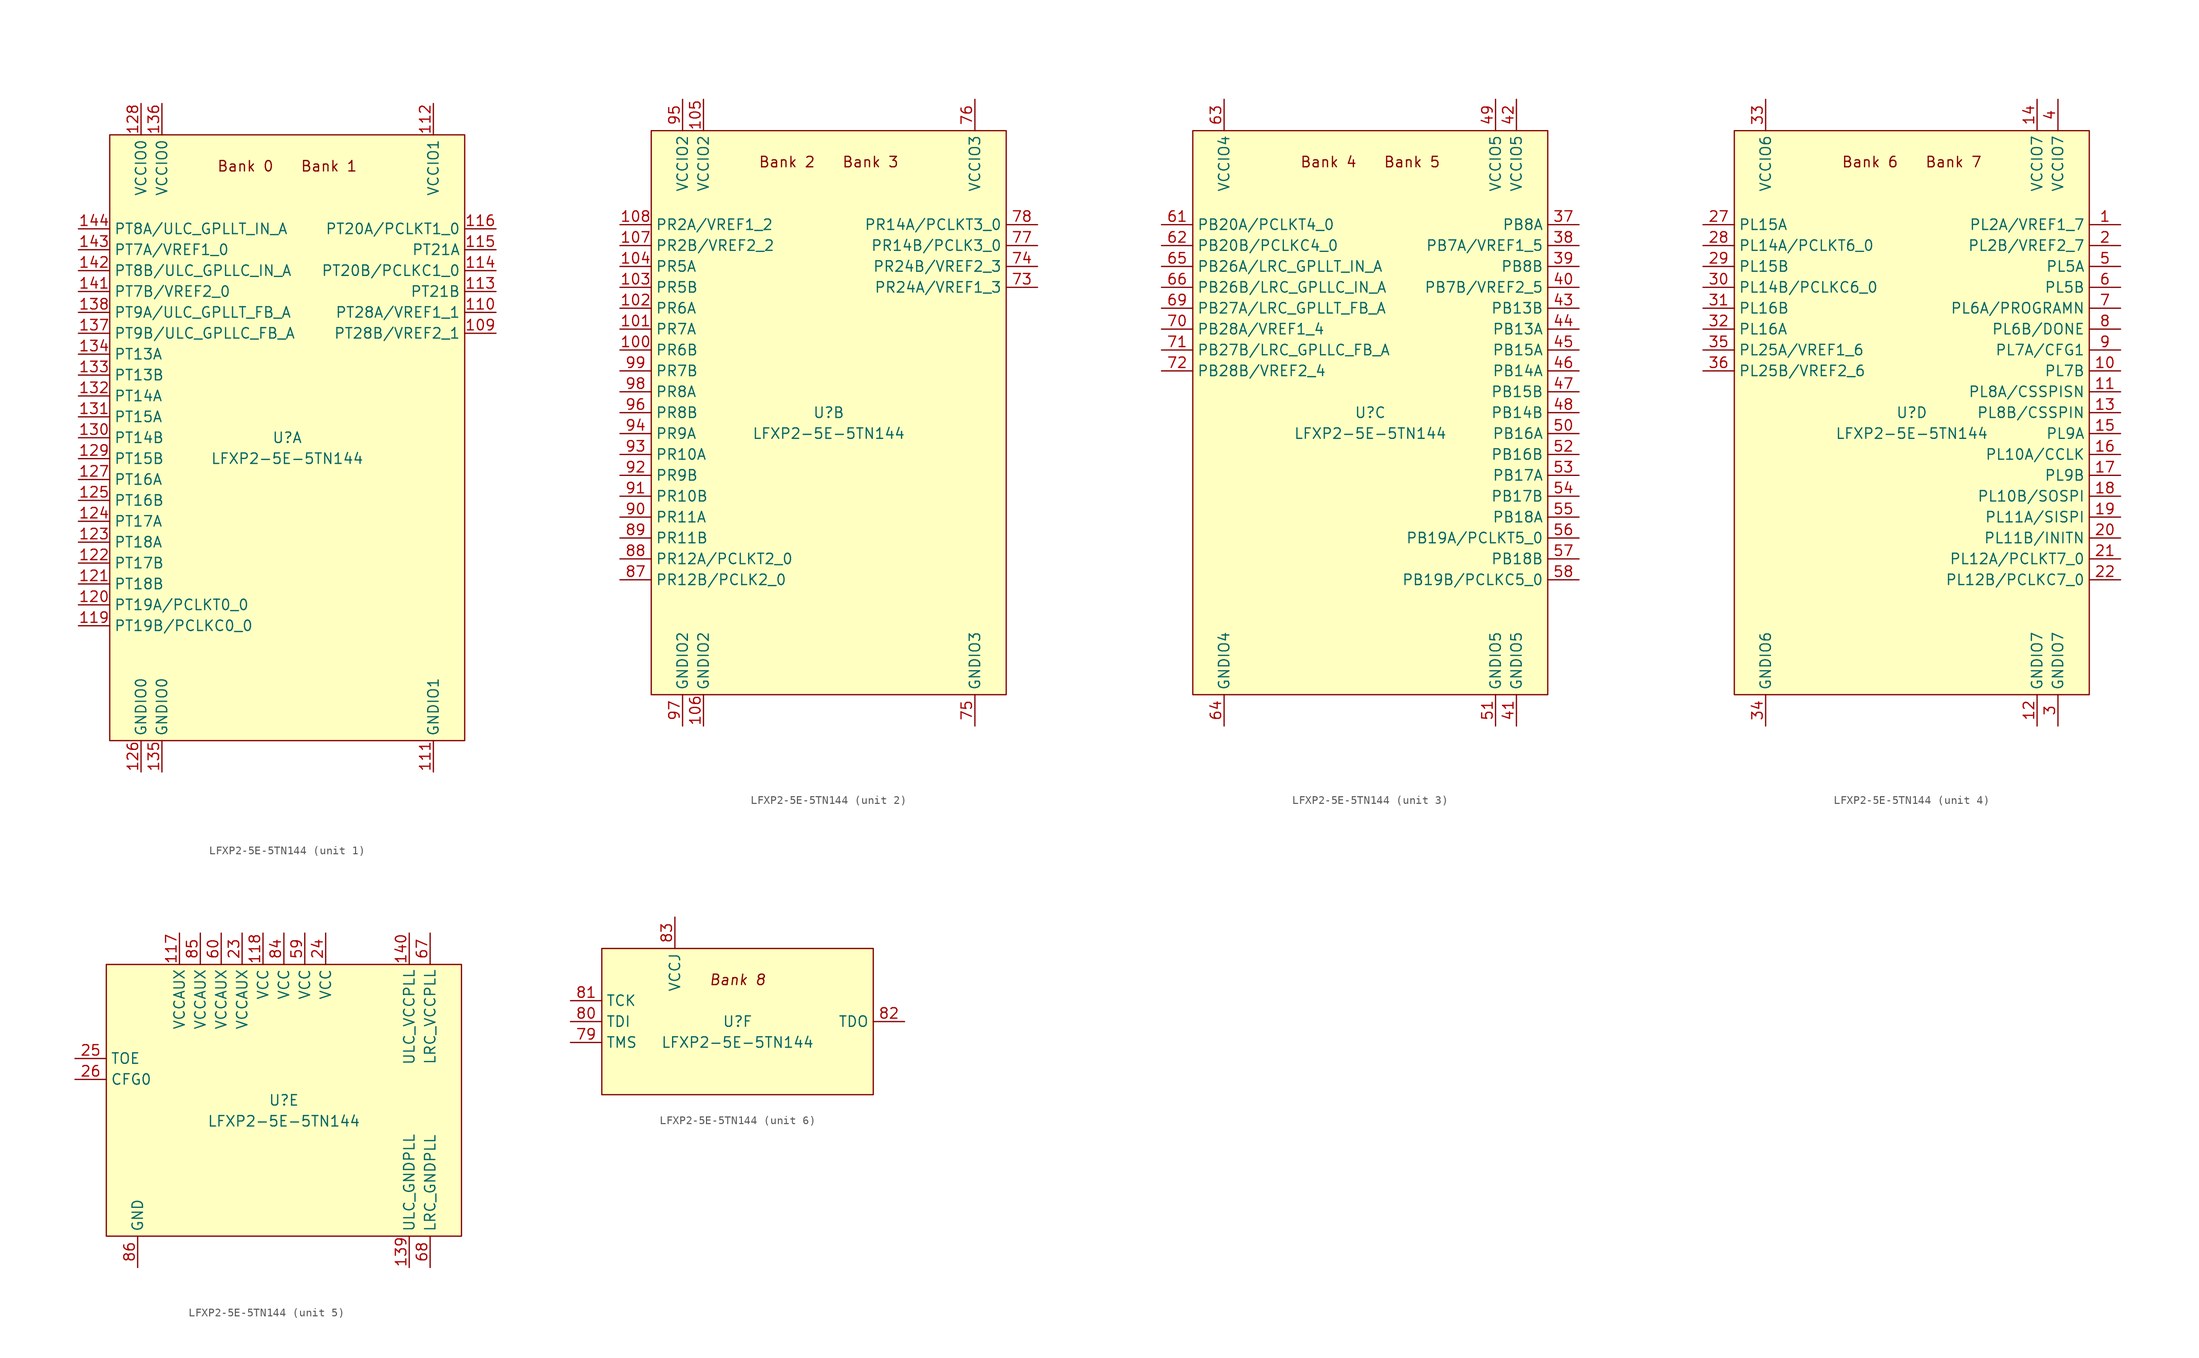
<source format=kicad_sym>
(kicad_symbol_lib
  (version 20200908)
  (generator kicad_symbol_editor)
  (symbol "FPGA_Lattice:LFXP2-5E-5TN144"
    (property "Reference" "U"
      (at 0 0 0)
      (effects (font (size 1.27 1.27))))
    (property "Value" "LFXP2-5E-5TN144"
      (at 0 -2.54 0)
      (effects (font (size 1.27 1.27))))
    (property "ki_locked" ""
      (at 0 0 0)
      (effects (font (size 1.27 1.27))))
    (symbol "LFXP2-5E-5TN144_1_0"
      (text "Bank 0" (at -5.08 33.02 0) (effects (font (size 1.27 1.27))))
      (text "Bank 1" (at 5.08 33.02 0) (effects (font (size 1.27 1.27)))))
    (symbol "LFXP2-5E-5TN144_2_0"
      (text "Bank 2" (at -5.08 30.48 0) (effects (font (size 1.27 1.27))))
      (text "Bank 3" (at 5.08 30.48 0) (effects (font (size 1.27 1.27)))))
    (symbol "LFXP2-5E-5TN144_3_0"
      (text "Bank 4" (at -5.08 30.48 0) (effects (font (size 1.27 1.27))))
      (text "Bank 5" (at 5.08 30.48 0) (effects (font (size 1.27 1.27)))))
    (symbol "LFXP2-5E-5TN144_4_0"
      (text "Bank 6" (at -5.08 30.48 0) (effects (font (size 1.27 1.27))))
      (text "Bank 7" (at 5.08 30.48 0) (effects (font (size 1.27 1.27)))))
    (symbol "LFXP2-5E-5TN144_6_0"
      (text "Bank 8" (at 0 5.08 0) (effects (font (size 1.27 1.27) italic)))
      (rectangle (start -16.51 8.89) (end 16.51 -8.89) (stroke (width 0)) (fill (type background))))
    (symbol "LFXP2-5E-5TN144_1_1"
      (rectangle (start -21.59 36.83) (end 21.59 -36.83) (stroke (width 0)) (fill (type background)))
      (pin bidirectional line (at 25.4 12.7 180) (length 3.81) (name "PT28B/VREF2_1" (effects (font (size 1.27 1.27)))) (number "109" (effects (font (size 1.27 1.27)))))
      (pin bidirectional line (at 25.4 15.24 180) (length 3.81) (name "PT28A/VREF1_1" (effects (font (size 1.27 1.27)))) (number "110" (effects (font (size 1.27 1.27)))))
      (pin power_in line (at 17.78 -40.64 90) (length 3.81) (name "GNDIO1" (effects (font (size 1.27 1.27)))) (number "111" (effects (font (size 1.27 1.27)))))
      (pin power_in line (at 17.78 40.64 270) (length 3.81) (name "VCCIO1" (effects (font (size 1.27 1.27)))) (number "112" (effects (font (size 1.27 1.27)))))
      (pin bidirectional line (at 25.4 17.78 180) (length 3.81) (name "PT21B" (effects (font (size 1.27 1.27)))) (number "113" (effects (font (size 1.27 1.27)))))
      (pin bidirectional line (at 25.4 20.32 180) (length 3.81) (name "PT20B/PCLKC1_0" (effects (font (size 1.27 1.27)))) (number "114" (effects (font (size 1.27 1.27)))))
      (pin bidirectional line (at 25.4 22.86 180) (length 3.81) (name "PT21A" (effects (font (size 1.27 1.27)))) (number "115" (effects (font (size 1.27 1.27)))))
      (pin bidirectional line (at 25.4 25.4 180) (length 3.81) (name "PT20A/PCLKT1_0" (effects (font (size 1.27 1.27)))) (number "116" (effects (font (size 1.27 1.27)))))
      (pin bidirectional line (at -25.4 -22.86 0) (length 3.81) (name "PT19B/PCLKC0_0" (effects (font (size 1.27 1.27)))) (number "119" (effects (font (size 1.27 1.27)))))
      (pin bidirectional line (at -25.4 -20.32 0) (length 3.81) (name "PT19A/PCLKT0_0" (effects (font (size 1.27 1.27)))) (number "120" (effects (font (size 1.27 1.27)))))
      (pin bidirectional line (at -25.4 -17.78 0) (length 3.81) (name "PT18B" (effects (font (size 1.27 1.27)))) (number "121" (effects (font (size 1.27 1.27)))))
      (pin bidirectional line (at -25.4 -15.24 0) (length 3.81) (name "PT17B" (effects (font (size 1.27 1.27)))) (number "122" (effects (font (size 1.27 1.27)))))
      (pin bidirectional line (at -25.4 -12.7 0) (length 3.81) (name "PT18A" (effects (font (size 1.27 1.27)))) (number "123" (effects (font (size 1.27 1.27)))))
      (pin bidirectional line (at -25.4 -10.16 0) (length 3.81) (name "PT17A" (effects (font (size 1.27 1.27)))) (number "124" (effects (font (size 1.27 1.27)))))
      (pin bidirectional line (at -25.4 -7.62 0) (length 3.81) (name "PT16B" (effects (font (size 1.27 1.27)))) (number "125" (effects (font (size 1.27 1.27)))))
      (pin power_in line (at -17.78 -40.64 90) (length 3.81) (name "GNDIO0" (effects (font (size 1.27 1.27)))) (number "126" (effects (font (size 1.27 1.27)))))
      (pin bidirectional line (at -25.4 -5.08 0) (length 3.81) (name "PT16A" (effects (font (size 1.27 1.27)))) (number "127" (effects (font (size 1.27 1.27)))))
      (pin power_in line (at -17.78 40.64 270) (length 3.81) (name "VCCIO0" (effects (font (size 1.27 1.27)))) (number "128" (effects (font (size 1.27 1.27)))))
      (pin bidirectional line (at -25.4 -2.54 0) (length 3.81) (name "PT15B" (effects (font (size 1.27 1.27)))) (number "129" (effects (font (size 1.27 1.27)))))
      (pin bidirectional line (at -25.4 0 0) (length 3.81) (name "PT14B" (effects (font (size 1.27 1.27)))) (number "130" (effects (font (size 1.27 1.27)))))
      (pin bidirectional line (at -25.4 2.54 0) (length 3.81) (name "PT15A" (effects (font (size 1.27 1.27)))) (number "131" (effects (font (size 1.27 1.27)))))
      (pin bidirectional line (at -25.4 5.08 0) (length 3.81) (name "PT14A" (effects (font (size 1.27 1.27)))) (number "132" (effects (font (size 1.27 1.27)))))
      (pin bidirectional line (at -25.4 7.62 0) (length 3.81) (name "PT13B" (effects (font (size 1.27 1.27)))) (number "133" (effects (font (size 1.27 1.27)))))
      (pin bidirectional line (at -25.4 10.16 0) (length 3.81) (name "PT13A" (effects (font (size 1.27 1.27)))) (number "134" (effects (font (size 1.27 1.27)))))
      (pin power_in line (at -15.24 -40.64 90) (length 3.81) (name "GNDIO0" (effects (font (size 1.27 1.27)))) (number "135" (effects (font (size 1.27 1.27)))))
      (pin power_in line (at -15.24 40.64 270) (length 3.81) (name "VCCIO0" (effects (font (size 1.27 1.27)))) (number "136" (effects (font (size 1.27 1.27)))))
      (pin bidirectional line (at -25.4 12.7 0) (length 3.81) (name "PT9B/ULC_GPLLC_FB_A" (effects (font (size 1.27 1.27)))) (number "137" (effects (font (size 1.27 1.27)))))
      (pin bidirectional line (at -25.4 15.24 0) (length 3.81) (name "PT9A/ULC_GPLLT_FB_A" (effects (font (size 1.27 1.27)))) (number "138" (effects (font (size 1.27 1.27)))))
      (pin bidirectional line (at -25.4 17.78 0) (length 3.81) (name "PT7B/VREF2_0" (effects (font (size 1.27 1.27)))) (number "141" (effects (font (size 1.27 1.27)))))
      (pin bidirectional line (at -25.4 20.32 0) (length 3.81) (name "PT8B/ULC_GPLLC_IN_A" (effects (font (size 1.27 1.27)))) (number "142" (effects (font (size 1.27 1.27)))))
      (pin bidirectional line (at -25.4 22.86 0) (length 3.81) (name "PT7A/VREF1_0" (effects (font (size 1.27 1.27)))) (number "143" (effects (font (size 1.27 1.27)))))
      (pin bidirectional line (at -25.4 25.4 0) (length 3.81) (name "PT8A/ULC_GPLLT_IN_A" (effects (font (size 1.27 1.27)))) (number "144" (effects (font (size 1.27 1.27))))))
    (symbol "LFXP2-5E-5TN144_2_1"
      (rectangle (start -21.59 34.29) (end 21.59 -34.29) (stroke (width 0)) (fill (type background)))
      (pin bidirectional line (at -25.4 7.62 0) (length 3.81) (name "PR6B" (effects (font (size 1.27 1.27)))) (number "100" (effects (font (size 1.27 1.27)))))
      (pin bidirectional line (at -25.4 10.16 0) (length 3.81) (name "PR7A" (effects (font (size 1.27 1.27)))) (number "101" (effects (font (size 1.27 1.27)))))
      (pin bidirectional line (at -25.4 12.7 0) (length 3.81) (name "PR6A" (effects (font (size 1.27 1.27)))) (number "102" (effects (font (size 1.27 1.27)))))
      (pin bidirectional line (at -25.4 15.24 0) (length 3.81) (name "PR5B" (effects (font (size 1.27 1.27)))) (number "103" (effects (font (size 1.27 1.27)))))
      (pin bidirectional line (at -25.4 17.78 0) (length 3.81) (name "PR5A" (effects (font (size 1.27 1.27)))) (number "104" (effects (font (size 1.27 1.27)))))
      (pin power_in line (at -15.24 38.1 270) (length 3.81) (name "VCCIO2" (effects (font (size 1.27 1.27)))) (number "105" (effects (font (size 1.27 1.27)))))
      (pin power_in line (at -15.24 -38.1 90) (length 3.81) (name "GNDIO2" (effects (font (size 1.27 1.27)))) (number "106" (effects (font (size 1.27 1.27)))))
      (pin bidirectional line (at -25.4 20.32 0) (length 3.81) (name "PR2B/VREF2_2" (effects (font (size 1.27 1.27)))) (number "107" (effects (font (size 1.27 1.27)))))
      (pin bidirectional line (at -25.4 22.86 0) (length 3.81) (name "PR2A/VREF1_2" (effects (font (size 1.27 1.27)))) (number "108" (effects (font (size 1.27 1.27)))))
      (pin bidirectional line (at 25.4 15.24 180) (length 3.81) (name "PR24A/VREF1_3" (effects (font (size 1.27 1.27)))) (number "73" (effects (font (size 1.27 1.27)))))
      (pin bidirectional line (at 25.4 17.78 180) (length 3.81) (name "PR24B/VREF2_3" (effects (font (size 1.27 1.27)))) (number "74" (effects (font (size 1.27 1.27)))))
      (pin power_in line (at 17.78 -38.1 90) (length 3.81) (name "GNDIO3" (effects (font (size 1.27 1.27)))) (number "75" (effects (font (size 1.27 1.27)))))
      (pin power_in line (at 17.78 38.1 270) (length 3.81) (name "VCCIO3" (effects (font (size 1.27 1.27)))) (number "76" (effects (font (size 1.27 1.27)))))
      (pin bidirectional line (at 25.4 20.32 180) (length 3.81) (name "PR14B/PCLK3_0" (effects (font (size 1.27 1.27)))) (number "77" (effects (font (size 1.27 1.27)))))
      (pin bidirectional line (at 25.4 22.86 180) (length 3.81) (name "PR14A/PCLKT3_0" (effects (font (size 1.27 1.27)))) (number "78" (effects (font (size 1.27 1.27)))))
      (pin bidirectional line (at -25.4 -20.32 0) (length 3.81) (name "PR12B/PCLK2_0" (effects (font (size 1.27 1.27)))) (number "87" (effects (font (size 1.27 1.27)))))
      (pin bidirectional line (at -25.4 -17.78 0) (length 3.81) (name "PR12A/PCLKT2_0" (effects (font (size 1.27 1.27)))) (number "88" (effects (font (size 1.27 1.27)))))
      (pin bidirectional line (at -25.4 -15.24 0) (length 3.81) (name "PR11B" (effects (font (size 1.27 1.27)))) (number "89" (effects (font (size 1.27 1.27)))))
      (pin bidirectional line (at -25.4 -12.7 0) (length 3.81) (name "PR11A" (effects (font (size 1.27 1.27)))) (number "90" (effects (font (size 1.27 1.27)))))
      (pin bidirectional line (at -25.4 -10.16 0) (length 3.81) (name "PR10B" (effects (font (size 1.27 1.27)))) (number "91" (effects (font (size 1.27 1.27)))))
      (pin bidirectional line (at -25.4 -7.62 0) (length 3.81) (name "PR9B" (effects (font (size 1.27 1.27)))) (number "92" (effects (font (size 1.27 1.27)))))
      (pin bidirectional line (at -25.4 -5.08 0) (length 3.81) (name "PR10A" (effects (font (size 1.27 1.27)))) (number "93" (effects (font (size 1.27 1.27)))))
      (pin bidirectional line (at -25.4 -2.54 0) (length 3.81) (name "PR9A" (effects (font (size 1.27 1.27)))) (number "94" (effects (font (size 1.27 1.27)))))
      (pin power_in line (at -17.78 38.1 270) (length 3.81) (name "VCCIO2" (effects (font (size 1.27 1.27)))) (number "95" (effects (font (size 1.27 1.27)))))
      (pin bidirectional line (at -25.4 0 0) (length 3.81) (name "PR8B" (effects (font (size 1.27 1.27)))) (number "96" (effects (font (size 1.27 1.27)))))
      (pin power_in line (at -17.78 -38.1 90) (length 3.81) (name "GNDIO2" (effects (font (size 1.27 1.27)))) (number "97" (effects (font (size 1.27 1.27)))))
      (pin bidirectional line (at -25.4 2.54 0) (length 3.81) (name "PR8A" (effects (font (size 1.27 1.27)))) (number "98" (effects (font (size 1.27 1.27)))))
      (pin bidirectional line (at -25.4 5.08 0) (length 3.81) (name "PR7B" (effects (font (size 1.27 1.27)))) (number "99" (effects (font (size 1.27 1.27))))))
    (symbol "LFXP2-5E-5TN144_3_1"
      (rectangle (start -21.59 34.29) (end 21.59 -34.29) (stroke (width 0)) (fill (type background)))
      (pin bidirectional line (at 25.4 22.86 180) (length 3.81) (name "PB8A" (effects (font (size 1.27 1.27)))) (number "37" (effects (font (size 1.27 1.27)))))
      (pin bidirectional line (at 25.4 20.32 180) (length 3.81) (name "PB7A/VREF1_5" (effects (font (size 1.27 1.27)))) (number "38" (effects (font (size 1.27 1.27)))))
      (pin bidirectional line (at 25.4 17.78 180) (length 3.81) (name "PB8B" (effects (font (size 1.27 1.27)))) (number "39" (effects (font (size 1.27 1.27)))))
      (pin bidirectional line (at 25.4 15.24 180) (length 3.81) (name "PB7B/VREF2_5" (effects (font (size 1.27 1.27)))) (number "40" (effects (font (size 1.27 1.27)))))
      (pin power_in line (at 17.78 -38.1 90) (length 3.81) (name "GNDIO5" (effects (font (size 1.27 1.27)))) (number "41" (effects (font (size 1.27 1.27)))))
      (pin power_in line (at 17.78 38.1 270) (length 3.81) (name "VCCIO5" (effects (font (size 1.27 1.27)))) (number "42" (effects (font (size 1.27 1.27)))))
      (pin bidirectional line (at 25.4 12.7 180) (length 3.81) (name "PB13B" (effects (font (size 1.27 1.27)))) (number "43" (effects (font (size 1.27 1.27)))))
      (pin bidirectional line (at 25.4 10.16 180) (length 3.81) (name "PB13A" (effects (font (size 1.27 1.27)))) (number "44" (effects (font (size 1.27 1.27)))))
      (pin bidirectional line (at 25.4 7.62 180) (length 3.81) (name "PB15A" (effects (font (size 1.27 1.27)))) (number "45" (effects (font (size 1.27 1.27)))))
      (pin bidirectional line (at 25.4 5.08 180) (length 3.81) (name "PB14A" (effects (font (size 1.27 1.27)))) (number "46" (effects (font (size 1.27 1.27)))))
      (pin bidirectional line (at 25.4 2.54 180) (length 3.81) (name "PB15B" (effects (font (size 1.27 1.27)))) (number "47" (effects (font (size 1.27 1.27)))))
      (pin bidirectional line (at 25.4 0 180) (length 3.81) (name "PB14B" (effects (font (size 1.27 1.27)))) (number "48" (effects (font (size 1.27 1.27)))))
      (pin power_in line (at 15.24 38.1 270) (length 3.81) (name "VCCIO5" (effects (font (size 1.27 1.27)))) (number "49" (effects (font (size 1.27 1.27)))))
      (pin bidirectional line (at 25.4 -2.54 180) (length 3.81) (name "PB16A" (effects (font (size 1.27 1.27)))) (number "50" (effects (font (size 1.27 1.27)))))
      (pin power_in line (at 15.24 -38.1 90) (length 3.81) (name "GNDIO5" (effects (font (size 1.27 1.27)))) (number "51" (effects (font (size 1.27 1.27)))))
      (pin bidirectional line (at 25.4 -5.08 180) (length 3.81) (name "PB16B" (effects (font (size 1.27 1.27)))) (number "52" (effects (font (size 1.27 1.27)))))
      (pin bidirectional line (at 25.4 -7.62 180) (length 3.81) (name "PB17A" (effects (font (size 1.27 1.27)))) (number "53" (effects (font (size 1.27 1.27)))))
      (pin bidirectional line (at 25.4 -10.16 180) (length 3.81) (name "PB17B" (effects (font (size 1.27 1.27)))) (number "54" (effects (font (size 1.27 1.27)))))
      (pin bidirectional line (at 25.4 -12.7 180) (length 3.81) (name "PB18A" (effects (font (size 1.27 1.27)))) (number "55" (effects (font (size 1.27 1.27)))))
      (pin bidirectional line (at 25.4 -15.24 180) (length 3.81) (name "PB19A/PCLKT5_0" (effects (font (size 1.27 1.27)))) (number "56" (effects (font (size 1.27 1.27)))))
      (pin bidirectional line (at 25.4 -17.78 180) (length 3.81) (name "PB18B" (effects (font (size 1.27 1.27)))) (number "57" (effects (font (size 1.27 1.27)))))
      (pin bidirectional line (at 25.4 -20.32 180) (length 3.81) (name "PB19B/PCLKC5_0" (effects (font (size 1.27 1.27)))) (number "58" (effects (font (size 1.27 1.27)))))
      (pin bidirectional line (at -25.4 22.86 0) (length 3.81) (name "PB20A/PCLKT4_0" (effects (font (size 1.27 1.27)))) (number "61" (effects (font (size 1.27 1.27)))))
      (pin bidirectional line (at -25.4 20.32 0) (length 3.81) (name "PB20B/PCLKC4_0" (effects (font (size 1.27 1.27)))) (number "62" (effects (font (size 1.27 1.27)))))
      (pin power_in line (at -17.78 38.1 270) (length 3.81) (name "VCCIO4" (effects (font (size 1.27 1.27)))) (number "63" (effects (font (size 1.27 1.27)))))
      (pin power_in line (at -17.78 -38.1 90) (length 3.81) (name "GNDIO4" (effects (font (size 1.27 1.27)))) (number "64" (effects (font (size 1.27 1.27)))))
      (pin bidirectional line (at -25.4 17.78 0) (length 3.81) (name "PB26A/LRC_GPLLT_IN_A" (effects (font (size 1.27 1.27)))) (number "65" (effects (font (size 1.27 1.27)))))
      (pin bidirectional line (at -25.4 15.24 0) (length 3.81) (name "PB26B/LRC_GPLLC_IN_A" (effects (font (size 1.27 1.27)))) (number "66" (effects (font (size 1.27 1.27)))))
      (pin bidirectional line (at -25.4 12.7 0) (length 3.81) (name "PB27A/LRC_GPLLT_FB_A" (effects (font (size 1.27 1.27)))) (number "69" (effects (font (size 1.27 1.27)))))
      (pin bidirectional line (at -25.4 10.16 0) (length 3.81) (name "PB28A/VREF1_4" (effects (font (size 1.27 1.27)))) (number "70" (effects (font (size 1.27 1.27)))))
      (pin bidirectional line (at -25.4 7.62 0) (length 3.81) (name "PB27B/LRC_GPLLC_FB_A" (effects (font (size 1.27 1.27)))) (number "71" (effects (font (size 1.27 1.27)))))
      (pin bidirectional line (at -25.4 5.08 0) (length 3.81) (name "PB28B/VREF2_4" (effects (font (size 1.27 1.27)))) (number "72" (effects (font (size 1.27 1.27))))))
    (symbol "LFXP2-5E-5TN144_4_1"
      (rectangle (start -21.59 34.29) (end 21.59 -34.29) (stroke (width 0)) (fill (type background)))
      (pin bidirectional line (at 25.4 22.86 180) (length 3.81) (name "PL2A/VREF1_7" (effects (font (size 1.27 1.27)))) (number "1" (effects (font (size 1.27 1.27)))))
      (pin bidirectional line (at 25.4 5.08 180) (length 3.81) (name "PL7B" (effects (font (size 1.27 1.27)))) (number "10" (effects (font (size 1.27 1.27)))))
      (pin bidirectional line (at 25.4 2.54 180) (length 3.81) (name "PL8A/CSSPISN" (effects (font (size 1.27 1.27)))) (number "11" (effects (font (size 1.27 1.27)))))
      (pin power_in line (at 15.24 -38.1 90) (length 3.81) (name "GNDIO7" (effects (font (size 1.27 1.27)))) (number "12" (effects (font (size 1.27 1.27)))))
      (pin bidirectional line (at 25.4 0 180) (length 3.81) (name "PL8B/CSSPIN" (effects (font (size 1.27 1.27)))) (number "13" (effects (font (size 1.27 1.27)))))
      (pin power_in line (at 15.24 38.1 270) (length 3.81) (name "VCCIO7" (effects (font (size 1.27 1.27)))) (number "14" (effects (font (size 1.27 1.27)))))
      (pin bidirectional line (at 25.4 -2.54 180) (length 3.81) (name "PL9A" (effects (font (size 1.27 1.27)))) (number "15" (effects (font (size 1.27 1.27)))))
      (pin bidirectional line (at 25.4 -5.08 180) (length 3.81) (name "PL10A/CCLK" (effects (font (size 1.27 1.27)))) (number "16" (effects (font (size 1.27 1.27)))))
      (pin bidirectional line (at 25.4 -7.62 180) (length 3.81) (name "PL9B" (effects (font (size 1.27 1.27)))) (number "17" (effects (font (size 1.27 1.27)))))
      (pin bidirectional line (at 25.4 -10.16 180) (length 3.81) (name "PL10B/SOSPI" (effects (font (size 1.27 1.27)))) (number "18" (effects (font (size 1.27 1.27)))))
      (pin bidirectional line (at 25.4 -12.7 180) (length 3.81) (name "PL11A/SISPI" (effects (font (size 1.27 1.27)))) (number "19" (effects (font (size 1.27 1.27)))))
      (pin bidirectional line (at 25.4 20.32 180) (length 3.81) (name "PL2B/VREF2_7" (effects (font (size 1.27 1.27)))) (number "2" (effects (font (size 1.27 1.27)))))
      (pin bidirectional line (at 25.4 -15.24 180) (length 3.81) (name "PL11B/INITN" (effects (font (size 1.27 1.27)))) (number "20" (effects (font (size 1.27 1.27)))))
      (pin bidirectional line (at 25.4 -17.78 180) (length 3.81) (name "PL12A/PCLKT7_0" (effects (font (size 1.27 1.27)))) (number "21" (effects (font (size 1.27 1.27)))))
      (pin bidirectional line (at 25.4 -20.32 180) (length 3.81) (name "PL12B/PCLKC7_0" (effects (font (size 1.27 1.27)))) (number "22" (effects (font (size 1.27 1.27)))))
      (pin bidirectional line (at -25.4 22.86 0) (length 3.81) (name "PL15A" (effects (font (size 1.27 1.27)))) (number "27" (effects (font (size 1.27 1.27)))))
      (pin bidirectional line (at -25.4 20.32 0) (length 3.81) (name "PL14A/PCLKT6_0" (effects (font (size 1.27 1.27)))) (number "28" (effects (font (size 1.27 1.27)))))
      (pin bidirectional line (at -25.4 17.78 0) (length 3.81) (name "PL15B" (effects (font (size 1.27 1.27)))) (number "29" (effects (font (size 1.27 1.27)))))
      (pin power_in line (at 17.78 -38.1 90) (length 3.81) (name "GNDIO7" (effects (font (size 1.27 1.27)))) (number "3" (effects (font (size 1.27 1.27)))))
      (pin bidirectional line (at -25.4 15.24 0) (length 3.81) (name "PL14B/PCLKC6_0" (effects (font (size 1.27 1.27)))) (number "30" (effects (font (size 1.27 1.27)))))
      (pin bidirectional line (at -25.4 12.7 0) (length 3.81) (name "PL16B" (effects (font (size 1.27 1.27)))) (number "31" (effects (font (size 1.27 1.27)))))
      (pin bidirectional line (at -25.4 10.16 0) (length 3.81) (name "PL16A" (effects (font (size 1.27 1.27)))) (number "32" (effects (font (size 1.27 1.27)))))
      (pin power_in line (at -17.78 38.1 270) (length 3.81) (name "VCCIO6" (effects (font (size 1.27 1.27)))) (number "33" (effects (font (size 1.27 1.27)))))
      (pin power_in line (at -17.78 -38.1 90) (length 3.81) (name "GNDIO6" (effects (font (size 1.27 1.27)))) (number "34" (effects (font (size 1.27 1.27)))))
      (pin bidirectional line (at -25.4 7.62 0) (length 3.81) (name "PL25A/VREF1_6" (effects (font (size 1.27 1.27)))) (number "35" (effects (font (size 1.27 1.27)))))
      (pin bidirectional line (at -25.4 5.08 0) (length 3.81) (name "PL25B/VREF2_6" (effects (font (size 1.27 1.27)))) (number "36" (effects (font (size 1.27 1.27)))))
      (pin power_in line (at 17.78 38.1 270) (length 3.81) (name "VCCIO7" (effects (font (size 1.27 1.27)))) (number "4" (effects (font (size 1.27 1.27)))))
      (pin bidirectional line (at 25.4 17.78 180) (length 3.81) (name "PL5A" (effects (font (size 1.27 1.27)))) (number "5" (effects (font (size 1.27 1.27)))))
      (pin bidirectional line (at 25.4 15.24 180) (length 3.81) (name "PL5B" (effects (font (size 1.27 1.27)))) (number "6" (effects (font (size 1.27 1.27)))))
      (pin bidirectional line (at 25.4 12.7 180) (length 3.81) (name "PL6A/PROGRAMN" (effects (font (size 1.27 1.27)))) (number "7" (effects (font (size 1.27 1.27)))))
      (pin bidirectional line (at 25.4 10.16 180) (length 3.81) (name "PL6B/DONE" (effects (font (size 1.27 1.27)))) (number "8" (effects (font (size 1.27 1.27)))))
      (pin bidirectional line (at 25.4 7.62 180) (length 3.81) (name "PL7A/CFG1" (effects (font (size 1.27 1.27)))) (number "9" (effects (font (size 1.27 1.27))))))
    (symbol "LFXP2-5E-5TN144_5_1"
      (rectangle (start -21.59 16.51) (end 21.59 -16.51) (stroke (width 0)) (fill (type background)))
      (pin power_in line (at -12.7 20.32 270) (length 3.81) (name "VCCAUX" (effects (font (size 1.27 1.27)))) (number "117" (effects (font (size 1.27 1.27)))))
      (pin power_in line (at -2.54 20.32 270) (length 3.81) (name "VCC" (effects (font (size 1.27 1.27)))) (number "118" (effects (font (size 1.27 1.27)))))
      (pin power_in line (at 15.24 -20.32 90) (length 3.81) (name "ULC_GNDPLL" (effects (font (size 1.27 1.27)))) (number "139" (effects (font (size 1.27 1.27)))))
      (pin power_in line (at 15.24 20.32 270) (length 3.81) (name "ULC_VCCPLL" (effects (font (size 1.27 1.27)))) (number "140" (effects (font (size 1.27 1.27)))))
      (pin power_in line (at -5.08 20.32 270) (length 3.81) (name "VCCAUX" (effects (font (size 1.27 1.27)))) (number "23" (effects (font (size 1.27 1.27)))))
      (pin power_in line (at 5.08 20.32 270) (length 3.81) (name "VCC" (effects (font (size 1.27 1.27)))) (number "24" (effects (font (size 1.27 1.27)))))
      (pin input line (at -25.4 5.08 0) (length 3.81) (name "TOE" (effects (font (size 1.27 1.27)))) (number "25" (effects (font (size 1.27 1.27)))))
      (pin input line (at -25.4 2.54 0) (length 3.81) (name "CFG0" (effects (font (size 1.27 1.27)))) (number "26" (effects (font (size 1.27 1.27)))))
      (pin power_in line (at 2.54 20.32 270) (length 3.81) (name "VCC" (effects (font (size 1.27 1.27)))) (number "59" (effects (font (size 1.27 1.27)))))
      (pin power_in line (at -7.62 20.32 270) (length 3.81) (name "VCCAUX" (effects (font (size 1.27 1.27)))) (number "60" (effects (font (size 1.27 1.27)))))
      (pin power_in line (at 17.78 20.32 270) (length 3.81) (name "LRC_VCCPLL" (effects (font (size 1.27 1.27)))) (number "67" (effects (font (size 1.27 1.27)))))
      (pin power_in line (at 17.78 -20.32 90) (length 3.81) (name "LRC_GNDPLL" (effects (font (size 1.27 1.27)))) (number "68" (effects (font (size 1.27 1.27)))))
      (pin power_in line (at 0 20.32 270) (length 3.81) (name "VCC" (effects (font (size 1.27 1.27)))) (number "84" (effects (font (size 1.27 1.27)))))
      (pin power_in line (at -10.16 20.32 270) (length 3.81) (name "VCCAUX" (effects (font (size 1.27 1.27)))) (number "85" (effects (font (size 1.27 1.27)))))
      (pin power_in line (at -17.78 -20.32 90) (length 3.81) (name "GND" (effects (font (size 1.27 1.27)))) (number "86" (effects (font (size 1.27 1.27))))))
    (symbol "LFXP2-5E-5TN144_6_1"
      (pin input line (at -20.32 -2.54 0) (length 3.81) (name "TMS" (effects (font (size 1.27 1.27)))) (number "79" (effects (font (size 1.27 1.27)))))
      (pin input line (at -20.32 0 0) (length 3.81) (name "TDI" (effects (font (size 1.27 1.27)))) (number "80" (effects (font (size 1.27 1.27)))))
      (pin input line (at -20.32 2.54 0) (length 3.81) (name "TCK" (effects (font (size 1.27 1.27)))) (number "81" (effects (font (size 1.27 1.27)))))
      (pin output line (at 20.32 0 180) (length 3.81) (name "TDO" (effects (font (size 1.27 1.27)))) (number "82" (effects (font (size 1.27 1.27)))))
      (pin power_in line (at -7.62 12.7 270) (length 3.81) (name "VCCJ" (effects (font (size 1.27 1.27)))) (number "83" (effects (font (size 1.27 1.27))))))))
</source>
